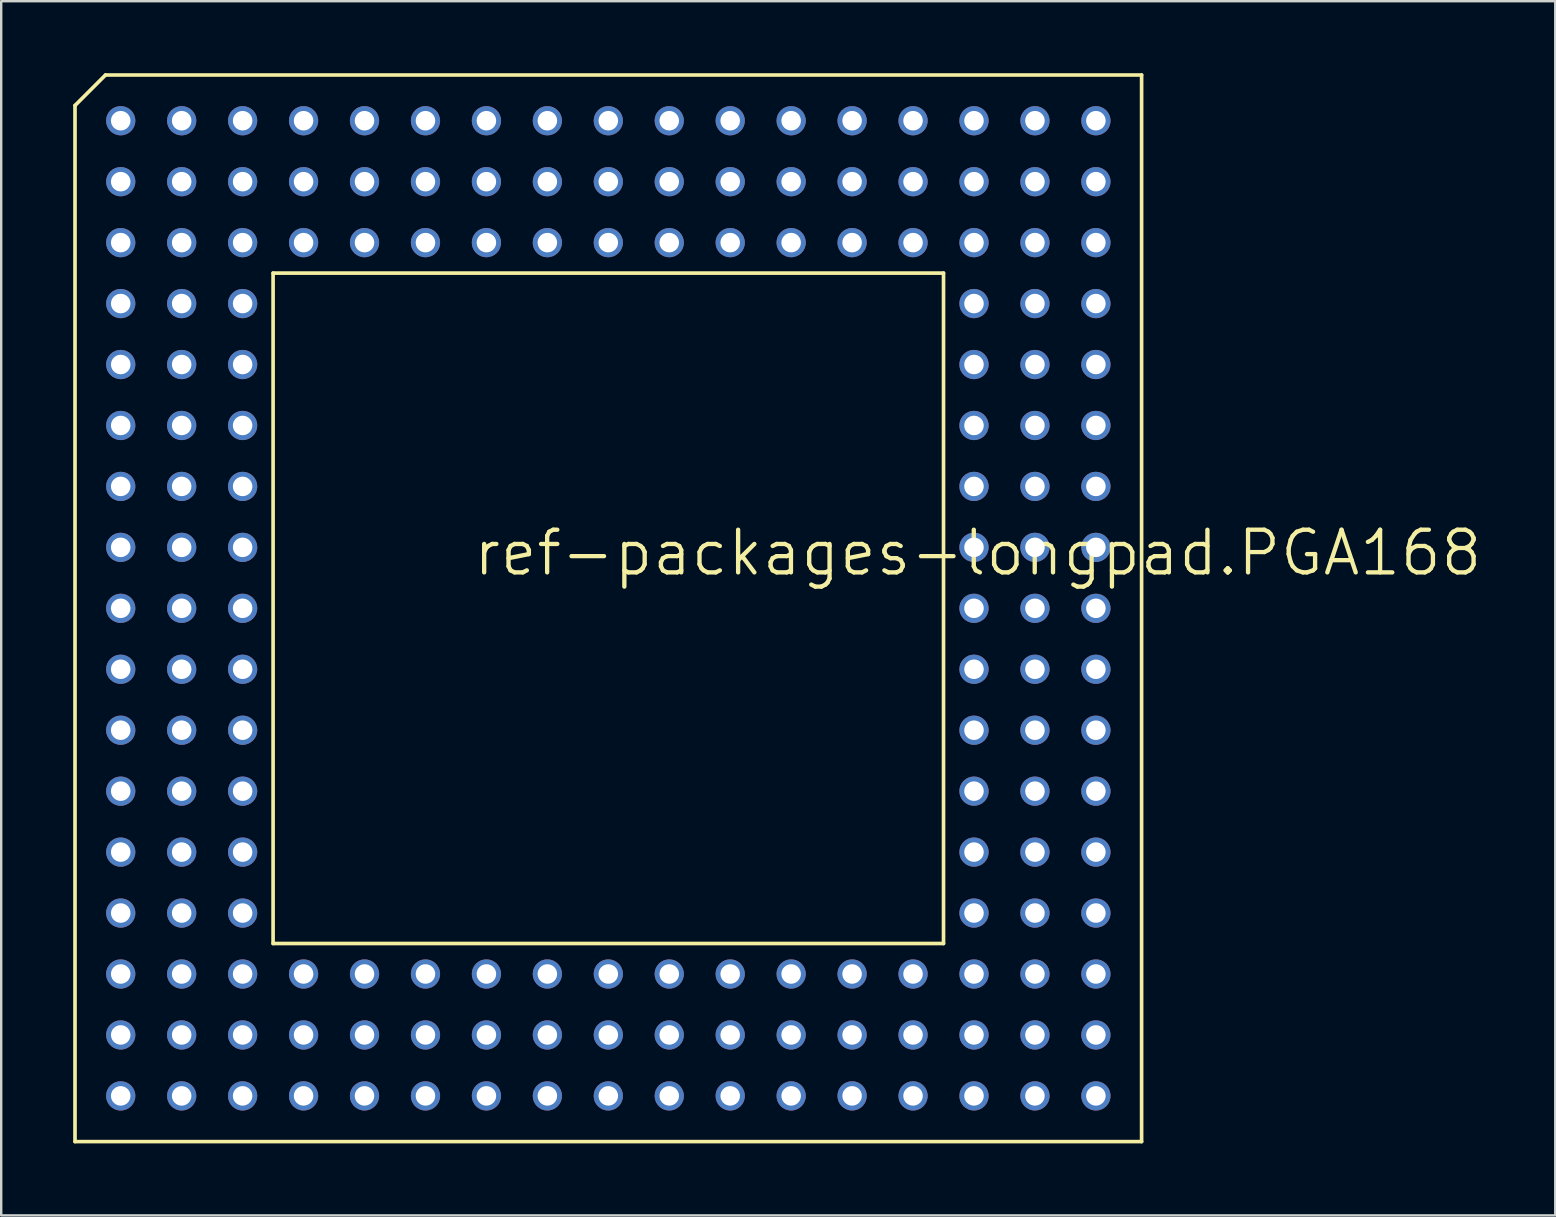
<source format=kicad_pcb>
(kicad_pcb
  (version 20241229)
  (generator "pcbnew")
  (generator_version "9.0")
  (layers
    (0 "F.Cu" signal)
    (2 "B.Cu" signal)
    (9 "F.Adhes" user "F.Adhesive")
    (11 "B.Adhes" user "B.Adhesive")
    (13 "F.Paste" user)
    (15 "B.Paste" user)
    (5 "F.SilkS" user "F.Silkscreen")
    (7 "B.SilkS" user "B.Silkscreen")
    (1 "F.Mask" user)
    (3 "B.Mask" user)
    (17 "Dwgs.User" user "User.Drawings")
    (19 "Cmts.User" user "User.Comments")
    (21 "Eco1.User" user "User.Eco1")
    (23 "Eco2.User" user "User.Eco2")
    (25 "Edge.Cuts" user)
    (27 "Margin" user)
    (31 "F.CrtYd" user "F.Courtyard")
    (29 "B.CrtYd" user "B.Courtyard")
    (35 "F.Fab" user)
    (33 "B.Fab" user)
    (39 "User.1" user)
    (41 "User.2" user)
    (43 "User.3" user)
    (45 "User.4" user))
  (footprint "ref-packages-longpad.PGA168"
    (layer "F.Cu")
    (at 22.301 22.301)
    (property "Reference" "ref-packages-longpad.PGA168" (at -5.715 -1.27 0) (layer "F.SilkS") (effects (font (size 1.778 1.778) (thickness 0.18)) (justify left bottom)))
    (attr through_hole)
    (fp_line (start -22.225 -20.955) (end -20.955 -22.225) (stroke (width 0.152) (type default)) (layer "F.SilkS"))
    (fp_line (start -22.225 22.225) (end -22.225 -20.955) (stroke (width 0.152) (type default)) (layer "F.SilkS"))
    (fp_line (start -20.955 -22.225) (end 22.225 -22.225) (stroke (width 0.152) (type default)) (layer "F.SilkS"))
    (fp_line (start -13.97 -13.97) (end -13.97 13.97) (stroke (width 0.152) (type default)) (layer "F.SilkS"))
    (fp_line (start -13.97 -13.97) (end 13.97 -13.97) (stroke (width 0.152) (type default)) (layer "F.SilkS"))
    (fp_line (start -13.97 13.97) (end 13.97 13.97) (stroke (width 0.152) (type default)) (layer "F.SilkS"))
    (fp_line (start 13.97 13.97) (end 13.97 -13.97) (stroke (width 0.152) (type default)) (layer "F.SilkS"))
    (fp_line (start 22.225 -22.225) (end 22.225 22.225) (stroke (width 0.152) (type default)) (layer "F.SilkS"))
    (fp_line (start 22.225 22.225) (end -22.225 22.225) (stroke (width 0.152) (type default)) (layer "F.SilkS"))
    (pad "A01" thru_hole circle (at -20.32 -20.32 90) (size 1.219 1.219) (drill 0.813) (layers "*.Cu" "*.Mask"))
    (pad "A02" thru_hole circle (at -17.78 -20.32 90) (size 1.219 1.219) (drill 0.813) (layers "*.Cu" "*.Mask"))
    (pad "A03" thru_hole circle (at -15.24 -20.32 90) (size 1.219 1.219) (drill 0.813) (layers "*.Cu" "*.Mask"))
    (pad "A04" thru_hole circle (at -12.7 -20.32 90) (size 1.219 1.219) (drill 0.813) (layers "*.Cu" "*.Mask"))
    (pad "A05" thru_hole circle (at -10.16 -20.32 90) (size 1.219 1.219) (drill 0.813) (layers "*.Cu" "*.Mask"))
    (pad "A06" thru_hole circle (at -7.62 -20.32 90) (size 1.219 1.219) (drill 0.813) (layers "*.Cu" "*.Mask"))
    (pad "A07" thru_hole circle (at -5.08 -20.32 90) (size 1.219 1.219) (drill 0.813) (layers "*.Cu" "*.Mask"))
    (pad "A08" thru_hole circle (at -2.54 -20.32 90) (size 1.219 1.219) (drill 0.813) (layers "*.Cu" "*.Mask"))
    (pad "A09" thru_hole circle (at 0 -20.32 90) (size 1.219 1.219) (drill 0.813) (layers "*.Cu" "*.Mask"))
    (pad "A10" thru_hole circle (at 2.54 -20.32 90) (size 1.219 1.219) (drill 0.813) (layers "*.Cu" "*.Mask"))
    (pad "A11" thru_hole circle (at 5.08 -20.32 90) (size 1.219 1.219) (drill 0.813) (layers "*.Cu" "*.Mask"))
    (pad "A12" thru_hole circle (at 7.62 -20.32 90) (size 1.219 1.219) (drill 0.813) (layers "*.Cu" "*.Mask"))
    (pad "A13" thru_hole circle (at 10.16 -20.32 90) (size 1.219 1.219) (drill 0.813) (layers "*.Cu" "*.Mask"))
    (pad "A14" thru_hole circle (at 12.7 -20.32 90) (size 1.219 1.219) (drill 0.813) (layers "*.Cu" "*.Mask"))
    (pad "A15" thru_hole circle (at 15.24 -20.32 90) (size 1.219 1.219) (drill 0.813) (layers "*.Cu" "*.Mask"))
    (pad "A16" thru_hole circle (at 17.78 -20.32 90) (size 1.219 1.219) (drill 0.813) (layers "*.Cu" "*.Mask"))
    (pad "A17" thru_hole circle (at 20.32 -20.32 90) (size 1.219 1.219) (drill 0.813) (layers "*.Cu" "*.Mask"))
    (pad "B01" thru_hole circle (at -20.32 -17.78 90) (size 1.219 1.219) (drill 0.813) (layers "*.Cu" "*.Mask"))
    (pad "B02" thru_hole circle (at -17.78 -17.78 90) (size 1.219 1.219) (drill 0.813) (layers "*.Cu" "*.Mask"))
    (pad "B03" thru_hole circle (at -15.24 -17.78 90) (size 1.219 1.219) (drill 0.813) (layers "*.Cu" "*.Mask"))
    (pad "B04" thru_hole circle (at -12.7 -17.78 90) (size 1.219 1.219) (drill 0.813) (layers "*.Cu" "*.Mask"))
    (pad "B05" thru_hole circle (at -10.16 -17.78 90) (size 1.219 1.219) (drill 0.813) (layers "*.Cu" "*.Mask"))
    (pad "B06" thru_hole circle (at -7.62 -17.78 90) (size 1.219 1.219) (drill 0.813) (layers "*.Cu" "*.Mask"))
    (pad "B07" thru_hole circle (at -5.08 -17.78 90) (size 1.219 1.219) (drill 0.813) (layers "*.Cu" "*.Mask"))
    (pad "B08" thru_hole circle (at -2.54 -17.78 90) (size 1.219 1.219) (drill 0.813) (layers "*.Cu" "*.Mask"))
    (pad "B09" thru_hole circle (at 0 -17.78 90) (size 1.219 1.219) (drill 0.813) (layers "*.Cu" "*.Mask"))
    (pad "B10" thru_hole circle (at 2.54 -17.78 90) (size 1.219 1.219) (drill 0.813) (layers "*.Cu" "*.Mask"))
    (pad "B11" thru_hole circle (at 5.08 -17.78 90) (size 1.219 1.219) (drill 0.813) (layers "*.Cu" "*.Mask"))
    (pad "B12" thru_hole circle (at 7.62 -17.78 90) (size 1.219 1.219) (drill 0.813) (layers "*.Cu" "*.Mask"))
    (pad "B13" thru_hole circle (at 10.16 -17.78 90) (size 1.219 1.219) (drill 0.813) (layers "*.Cu" "*.Mask"))
    (pad "B14" thru_hole circle (at 12.7 -17.78 90) (size 1.219 1.219) (drill 0.813) (layers "*.Cu" "*.Mask"))
    (pad "B15" thru_hole circle (at 15.24 -17.78 90) (size 1.219 1.219) (drill 0.813) (layers "*.Cu" "*.Mask"))
    (pad "B16" thru_hole circle (at 17.78 -17.78 90) (size 1.219 1.219) (drill 0.813) (layers "*.Cu" "*.Mask"))
    (pad "B17" thru_hole circle (at 20.32 -17.78 90) (size 1.219 1.219) (drill 0.813) (layers "*.Cu" "*.Mask"))
    (pad "C01" thru_hole circle (at -20.32 -15.24 90) (size 1.219 1.219) (drill 0.813) (layers "*.Cu" "*.Mask"))
    (pad "C02" thru_hole circle (at -17.78 -15.24 90) (size 1.219 1.219) (drill 0.813) (layers "*.Cu" "*.Mask"))
    (pad "C03" thru_hole circle (at -15.24 -15.24 90) (size 1.219 1.219) (drill 0.813) (layers "*.Cu" "*.Mask"))
    (pad "C04" thru_hole circle (at -12.7 -15.24 90) (size 1.219 1.219) (drill 0.813) (layers "*.Cu" "*.Mask"))
    (pad "C05" thru_hole circle (at -10.16 -15.24 90) (size 1.219 1.219) (drill 0.813) (layers "*.Cu" "*.Mask"))
    (pad "C06" thru_hole circle (at -7.62 -15.24 90) (size 1.219 1.219) (drill 0.813) (layers "*.Cu" "*.Mask"))
    (pad "C07" thru_hole circle (at -5.08 -15.24 90) (size 1.219 1.219) (drill 0.813) (layers "*.Cu" "*.Mask"))
    (pad "C08" thru_hole circle (at -2.54 -15.24 90) (size 1.219 1.219) (drill 0.813) (layers "*.Cu" "*.Mask"))
    (pad "C09" thru_hole circle (at 0 -15.24 90) (size 1.219 1.219) (drill 0.813) (layers "*.Cu" "*.Mask"))
    (pad "C10" thru_hole circle (at 2.54 -15.24 90) (size 1.219 1.219) (drill 0.813) (layers "*.Cu" "*.Mask"))
    (pad "C11" thru_hole circle (at 5.08 -15.24 90) (size 1.219 1.219) (drill 0.813) (layers "*.Cu" "*.Mask"))
    (pad "C12" thru_hole circle (at 7.62 -15.24 90) (size 1.219 1.219) (drill 0.813) (layers "*.Cu" "*.Mask"))
    (pad "C13" thru_hole circle (at 10.16 -15.24 90) (size 1.219 1.219) (drill 0.813) (layers "*.Cu" "*.Mask"))
    (pad "C14" thru_hole circle (at 12.7 -15.24 90) (size 1.219 1.219) (drill 0.813) (layers "*.Cu" "*.Mask"))
    (pad "C15" thru_hole circle (at 15.24 -15.24 90) (size 1.219 1.219) (drill 0.813) (layers "*.Cu" "*.Mask"))
    (pad "C16" thru_hole circle (at 17.78 -15.24 90) (size 1.219 1.219) (drill 0.813) (layers "*.Cu" "*.Mask"))
    (pad "C17" thru_hole circle (at 20.32 -15.24 90) (size 1.219 1.219) (drill 0.813) (layers "*.Cu" "*.Mask"))
    (pad "D01" thru_hole circle (at -20.32 -12.7 90) (size 1.219 1.219) (drill 0.813) (layers "*.Cu" "*.Mask"))
    (pad "D02" thru_hole circle (at -17.78 -12.7 90) (size 1.219 1.219) (drill 0.813) (layers "*.Cu" "*.Mask"))
    (pad "D03" thru_hole circle (at -15.24 -12.7 90) (size 1.219 1.219) (drill 0.813) (layers "*.Cu" "*.Mask"))
    (pad "D15" thru_hole circle (at 15.24 -12.7 90) (size 1.219 1.219) (drill 0.813) (layers "*.Cu" "*.Mask"))
    (pad "D16" thru_hole circle (at 17.78 -12.7 90) (size 1.219 1.219) (drill 0.813) (layers "*.Cu" "*.Mask"))
    (pad "D17" thru_hole circle (at 20.32 -12.7 90) (size 1.219 1.219) (drill 0.813) (layers "*.Cu" "*.Mask"))
    (pad "E01" thru_hole circle (at -20.32 -10.16 90) (size 1.219 1.219) (drill 0.813) (layers "*.Cu" "*.Mask"))
    (pad "E02" thru_hole circle (at -17.78 -10.16 90) (size 1.219 1.219) (drill 0.813) (layers "*.Cu" "*.Mask"))
    (pad "E03" thru_hole circle (at -15.24 -10.16 90) (size 1.219 1.219) (drill 0.813) (layers "*.Cu" "*.Mask"))
    (pad "E15" thru_hole circle (at 15.24 -10.16 90) (size 1.219 1.219) (drill 0.813) (layers "*.Cu" "*.Mask"))
    (pad "E16" thru_hole circle (at 17.78 -10.16 90) (size 1.219 1.219) (drill 0.813) (layers "*.Cu" "*.Mask"))
    (pad "E17" thru_hole circle (at 20.32 -10.16 90) (size 1.219 1.219) (drill 0.813) (layers "*.Cu" "*.Mask"))
    (pad "F01" thru_hole circle (at -20.32 -7.62 90) (size 1.219 1.219) (drill 0.813) (layers "*.Cu" "*.Mask"))
    (pad "F02" thru_hole circle (at -17.78 -7.62 90) (size 1.219 1.219) (drill 0.813) (layers "*.Cu" "*.Mask"))
    (pad "F03" thru_hole circle (at -15.24 -7.62 90) (size 1.219 1.219) (drill 0.813) (layers "*.Cu" "*.Mask"))
    (pad "F15" thru_hole circle (at 15.24 -7.62 90) (size 1.219 1.219) (drill 0.813) (layers "*.Cu" "*.Mask"))
    (pad "F16" thru_hole circle (at 17.78 -7.62 90) (size 1.219 1.219) (drill 0.813) (layers "*.Cu" "*.Mask"))
    (pad "F17" thru_hole circle (at 20.32 -7.62 90) (size 1.219 1.219) (drill 0.813) (layers "*.Cu" "*.Mask"))
    (pad "G01" thru_hole circle (at -20.32 -5.08 90) (size 1.219 1.219) (drill 0.813) (layers "*.Cu" "*.Mask"))
    (pad "G02" thru_hole circle (at -17.78 -5.08 90) (size 1.219 1.219) (drill 0.813) (layers "*.Cu" "*.Mask"))
    (pad "G03" thru_hole circle (at -15.24 -5.08 90) (size 1.219 1.219) (drill 0.813) (layers "*.Cu" "*.Mask"))
    (pad "G15" thru_hole circle (at 15.24 -5.08 90) (size 1.219 1.219) (drill 0.813) (layers "*.Cu" "*.Mask"))
    (pad "G16" thru_hole circle (at 17.78 -5.08 90) (size 1.219 1.219) (drill 0.813) (layers "*.Cu" "*.Mask"))
    (pad "G17" thru_hole circle (at 20.32 -5.08 90) (size 1.219 1.219) (drill 0.813) (layers "*.Cu" "*.Mask"))
    (pad "H01" thru_hole circle (at -20.32 -2.54 90) (size 1.219 1.219) (drill 0.813) (layers "*.Cu" "*.Mask"))
    (pad "H02" thru_hole circle (at -17.78 -2.54 90) (size 1.219 1.219) (drill 0.813) (layers "*.Cu" "*.Mask"))
    (pad "H03" thru_hole circle (at -15.24 -2.54 90) (size 1.219 1.219) (drill 0.813) (layers "*.Cu" "*.Mask"))
    (pad "H15" thru_hole circle (at 15.24 -2.54 90) (size 1.219 1.219) (drill 0.813) (layers "*.Cu" "*.Mask"))
    (pad "H16" thru_hole circle (at 17.78 -2.54 90) (size 1.219 1.219) (drill 0.813) (layers "*.Cu" "*.Mask"))
    (pad "H17" thru_hole circle (at 20.32 -2.54 90) (size 1.219 1.219) (drill 0.813) (layers "*.Cu" "*.Mask"))
    (pad "J01" thru_hole circle (at -20.32 0 90) (size 1.219 1.219) (drill 0.813) (layers "*.Cu" "*.Mask"))
    (pad "J02" thru_hole circle (at -17.78 0 90) (size 1.219 1.219) (drill 0.813) (layers "*.Cu" "*.Mask"))
    (pad "J03" thru_hole circle (at -15.24 0 90) (size 1.219 1.219) (drill 0.813) (layers "*.Cu" "*.Mask"))
    (pad "J15" thru_hole circle (at 15.24 0 90) (size 1.219 1.219) (drill 0.813) (layers "*.Cu" "*.Mask"))
    (pad "J16" thru_hole circle (at 17.78 0 90) (size 1.219 1.219) (drill 0.813) (layers "*.Cu" "*.Mask"))
    (pad "J17" thru_hole circle (at 20.32 0 90) (size 1.219 1.219) (drill 0.813) (layers "*.Cu" "*.Mask"))
    (pad "K01" thru_hole circle (at -20.32 2.54 90) (size 1.219 1.219) (drill 0.813) (layers "*.Cu" "*.Mask"))
    (pad "K02" thru_hole circle (at -17.78 2.54 90) (size 1.219 1.219) (drill 0.813) (layers "*.Cu" "*.Mask"))
    (pad "K03" thru_hole circle (at -15.24 2.54 90) (size 1.219 1.219) (drill 0.813) (layers "*.Cu" "*.Mask"))
    (pad "K15" thru_hole circle (at 15.24 2.54 90) (size 1.219 1.219) (drill 0.813) (layers "*.Cu" "*.Mask"))
    (pad "K16" thru_hole circle (at 17.78 2.54 90) (size 1.219 1.219) (drill 0.813) (layers "*.Cu" "*.Mask"))
    (pad "K17" thru_hole circle (at 20.32 2.54 90) (size 1.219 1.219) (drill 0.813) (layers "*.Cu" "*.Mask"))
    (pad "L01" thru_hole circle (at -20.32 5.08 90) (size 1.219 1.219) (drill 0.813) (layers "*.Cu" "*.Mask"))
    (pad "L02" thru_hole circle (at -17.78 5.08 90) (size 1.219 1.219) (drill 0.813) (layers "*.Cu" "*.Mask"))
    (pad "L03" thru_hole circle (at -15.24 5.08 90) (size 1.219 1.219) (drill 0.813) (layers "*.Cu" "*.Mask"))
    (pad "L15" thru_hole circle (at 15.24 5.08 90) (size 1.219 1.219) (drill 0.813) (layers "*.Cu" "*.Mask"))
    (pad "L16" thru_hole circle (at 17.78 5.08 90) (size 1.219 1.219) (drill 0.813) (layers "*.Cu" "*.Mask"))
    (pad "L17" thru_hole circle (at 20.32 5.08 90) (size 1.219 1.219) (drill 0.813) (layers "*.Cu" "*.Mask"))
    (pad "M01" thru_hole circle (at -20.32 7.62 90) (size 1.219 1.219) (drill 0.813) (layers "*.Cu" "*.Mask"))
    (pad "M02" thru_hole circle (at -17.78 7.62 90) (size 1.219 1.219) (drill 0.813) (layers "*.Cu" "*.Mask"))
    (pad "M03" thru_hole circle (at -15.24 7.62 90) (size 1.219 1.219) (drill 0.813) (layers "*.Cu" "*.Mask"))
    (pad "M15" thru_hole circle (at 15.24 7.62 90) (size 1.219 1.219) (drill 0.813) (layers "*.Cu" "*.Mask"))
    (pad "M16" thru_hole circle (at 17.78 7.62 90) (size 1.219 1.219) (drill 0.813) (layers "*.Cu" "*.Mask"))
    (pad "M17" thru_hole circle (at 20.32 7.62 90) (size 1.219 1.219) (drill 0.813) (layers "*.Cu" "*.Mask"))
    (pad "N01" thru_hole circle (at -20.32 10.16 90) (size 1.219 1.219) (drill 0.813) (layers "*.Cu" "*.Mask"))
    (pad "N02" thru_hole circle (at -17.78 10.16 90) (size 1.219 1.219) (drill 0.813) (layers "*.Cu" "*.Mask"))
    (pad "N03" thru_hole circle (at -15.24 10.16 90) (size 1.219 1.219) (drill 0.813) (layers "*.Cu" "*.Mask"))
    (pad "N15" thru_hole circle (at 15.24 10.16 90) (size 1.219 1.219) (drill 0.813) (layers "*.Cu" "*.Mask"))
    (pad "N16" thru_hole circle (at 17.78 10.16 90) (size 1.219 1.219) (drill 0.813) (layers "*.Cu" "*.Mask"))
    (pad "N17" thru_hole circle (at 20.32 10.16 90) (size 1.219 1.219) (drill 0.813) (layers "*.Cu" "*.Mask"))
    (pad "P01" thru_hole circle (at -20.32 12.7 90) (size 1.219 1.219) (drill 0.813) (layers "*.Cu" "*.Mask"))
    (pad "P02" thru_hole circle (at -17.78 12.7 90) (size 1.219 1.219) (drill 0.813) (layers "*.Cu" "*.Mask"))
    (pad "P03" thru_hole circle (at -15.24 12.7 90) (size 1.219 1.219) (drill 0.813) (layers "*.Cu" "*.Mask"))
    (pad "P15" thru_hole circle (at 15.24 12.7 90) (size 1.219 1.219) (drill 0.813) (layers "*.Cu" "*.Mask"))
    (pad "P16" thru_hole circle (at 17.78 12.7 90) (size 1.219 1.219) (drill 0.813) (layers "*.Cu" "*.Mask"))
    (pad "P17" thru_hole circle (at 20.32 12.7 90) (size 1.219 1.219) (drill 0.813) (layers "*.Cu" "*.Mask"))
    (pad "Q01" thru_hole circle (at -20.32 15.24 90) (size 1.219 1.219) (drill 0.813) (layers "*.Cu" "*.Mask"))
    (pad "Q02" thru_hole circle (at -17.78 15.24 90) (size 1.219 1.219) (drill 0.813) (layers "*.Cu" "*.Mask"))
    (pad "Q03" thru_hole circle (at -15.24 15.24 90) (size 1.219 1.219) (drill 0.813) (layers "*.Cu" "*.Mask"))
    (pad "Q04" thru_hole circle (at -12.7 15.24 90) (size 1.219 1.219) (drill 0.813) (layers "*.Cu" "*.Mask"))
    (pad "Q05" thru_hole circle (at -10.16 15.24 90) (size 1.219 1.219) (drill 0.813) (layers "*.Cu" "*.Mask"))
    (pad "Q06" thru_hole circle (at -7.62 15.24 90) (size 1.219 1.219) (drill 0.813) (layers "*.Cu" "*.Mask"))
    (pad "Q07" thru_hole circle (at -5.08 15.24 90) (size 1.219 1.219) (drill 0.813) (layers "*.Cu" "*.Mask"))
    (pad "Q08" thru_hole circle (at -2.54 15.24 90) (size 1.219 1.219) (drill 0.813) (layers "*.Cu" "*.Mask"))
    (pad "Q09" thru_hole circle (at 0 15.24 90) (size 1.219 1.219) (drill 0.813) (layers "*.Cu" "*.Mask"))
    (pad "Q10" thru_hole circle (at 2.54 15.24 90) (size 1.219 1.219) (drill 0.813) (layers "*.Cu" "*.Mask"))
    (pad "Q11" thru_hole circle (at 5.08 15.24 90) (size 1.219 1.219) (drill 0.813) (layers "*.Cu" "*.Mask"))
    (pad "Q12" thru_hole circle (at 7.62 15.24 90) (size 1.219 1.219) (drill 0.813) (layers "*.Cu" "*.Mask"))
    (pad "Q13" thru_hole circle (at 10.16 15.24 90) (size 1.219 1.219) (drill 0.813) (layers "*.Cu" "*.Mask"))
    (pad "Q14" thru_hole circle (at 12.7 15.24 90) (size 1.219 1.219) (drill 0.813) (layers "*.Cu" "*.Mask"))
    (pad "Q15" thru_hole circle (at 15.24 15.24 90) (size 1.219 1.219) (drill 0.813) (layers "*.Cu" "*.Mask"))
    (pad "Q16" thru_hole circle (at 17.78 15.24 90) (size 1.219 1.219) (drill 0.813) (layers "*.Cu" "*.Mask"))
    (pad "Q17" thru_hole circle (at 20.32 15.24 90) (size 1.219 1.219) (drill 0.813) (layers "*.Cu" "*.Mask"))
    (pad "R01" thru_hole circle (at -20.32 17.78 90) (size 1.219 1.219) (drill 0.813) (layers "*.Cu" "*.Mask"))
    (pad "R02" thru_hole circle (at -17.78 17.78 90) (size 1.219 1.219) (drill 0.813) (layers "*.Cu" "*.Mask"))
    (pad "R03" thru_hole circle (at -15.24 17.78 90) (size 1.219 1.219) (drill 0.813) (layers "*.Cu" "*.Mask"))
    (pad "R04" thru_hole circle (at -12.7 17.78 90) (size 1.219 1.219) (drill 0.813) (layers "*.Cu" "*.Mask"))
    (pad "R05" thru_hole circle (at -10.16 17.78 90) (size 1.219 1.219) (drill 0.813) (layers "*.Cu" "*.Mask"))
    (pad "R06" thru_hole circle (at -7.62 17.78 90) (size 1.219 1.219) (drill 0.813) (layers "*.Cu" "*.Mask"))
    (pad "R07" thru_hole circle (at -5.08 17.78 90) (size 1.219 1.219) (drill 0.813) (layers "*.Cu" "*.Mask"))
    (pad "R08" thru_hole circle (at -2.54 17.78 90) (size 1.219 1.219) (drill 0.813) (layers "*.Cu" "*.Mask"))
    (pad "R09" thru_hole circle (at 0 17.78 90) (size 1.219 1.219) (drill 0.813) (layers "*.Cu" "*.Mask"))
    (pad "R10" thru_hole circle (at 2.54 17.78 90) (size 1.219 1.219) (drill 0.813) (layers "*.Cu" "*.Mask"))
    (pad "R11" thru_hole circle (at 5.08 17.78 90) (size 1.219 1.219) (drill 0.813) (layers "*.Cu" "*.Mask"))
    (pad "R12" thru_hole circle (at 7.62 17.78 90) (size 1.219 1.219) (drill 0.813) (layers "*.Cu" "*.Mask"))
    (pad "R13" thru_hole circle (at 10.16 17.78 90) (size 1.219 1.219) (drill 0.813) (layers "*.Cu" "*.Mask"))
    (pad "R14" thru_hole circle (at 12.7 17.78 90) (size 1.219 1.219) (drill 0.813) (layers "*.Cu" "*.Mask"))
    (pad "R15" thru_hole circle (at 15.24 17.78 90) (size 1.219 1.219) (drill 0.813) (layers "*.Cu" "*.Mask"))
    (pad "R16" thru_hole circle (at 17.78 17.78 90) (size 1.219 1.219) (drill 0.813) (layers "*.Cu" "*.Mask"))
    (pad "R17" thru_hole circle (at 20.32 17.78 90) (size 1.219 1.219) (drill 0.813) (layers "*.Cu" "*.Mask"))
    (pad "S01" thru_hole circle (at -20.32 20.32 90) (size 1.219 1.219) (drill 0.813) (layers "*.Cu" "*.Mask"))
    (pad "S02" thru_hole circle (at -17.78 20.32 90) (size 1.219 1.219) (drill 0.813) (layers "*.Cu" "*.Mask"))
    (pad "S03" thru_hole circle (at -15.24 20.32 90) (size 1.219 1.219) (drill 0.813) (layers "*.Cu" "*.Mask"))
    (pad "S04" thru_hole circle (at -12.7 20.32 90) (size 1.219 1.219) (drill 0.813) (layers "*.Cu" "*.Mask"))
    (pad "S05" thru_hole circle (at -10.16 20.32 90) (size 1.219 1.219) (drill 0.813) (layers "*.Cu" "*.Mask"))
    (pad "S06" thru_hole circle (at -7.62 20.32 90) (size 1.219 1.219) (drill 0.813) (layers "*.Cu" "*.Mask"))
    (pad "S07" thru_hole circle (at -5.08 20.32 90) (size 1.219 1.219) (drill 0.813) (layers "*.Cu" "*.Mask"))
    (pad "S08" thru_hole circle (at -2.54 20.32 90) (size 1.219 1.219) (drill 0.813) (layers "*.Cu" "*.Mask"))
    (pad "S09" thru_hole circle (at 0 20.32 90) (size 1.219 1.219) (drill 0.813) (layers "*.Cu" "*.Mask"))
    (pad "S10" thru_hole circle (at 2.54 20.32 90) (size 1.219 1.219) (drill 0.813) (layers "*.Cu" "*.Mask"))
    (pad "S11" thru_hole circle (at 5.08 20.32 90) (size 1.219 1.219) (drill 0.813) (layers "*.Cu" "*.Mask"))
    (pad "S12" thru_hole circle (at 7.62 20.32 90) (size 1.219 1.219) (drill 0.813) (layers "*.Cu" "*.Mask"))
    (pad "S13" thru_hole circle (at 10.16 20.32 90) (size 1.219 1.219) (drill 0.813) (layers "*.Cu" "*.Mask"))
    (pad "S14" thru_hole circle (at 12.7 20.32 90) (size 1.219 1.219) (drill 0.813) (layers "*.Cu" "*.Mask"))
    (pad "S15" thru_hole circle (at 15.24 20.32 90) (size 1.219 1.219) (drill 0.813) (layers "*.Cu" "*.Mask"))
    (pad "S16" thru_hole circle (at 17.78 20.32 90) (size 1.219 1.219) (drill 0.813) (layers "*.Cu" "*.Mask"))
    (pad "S17" thru_hole circle (at 20.32 20.32 90) (size 1.219 1.219) (drill 0.813) (layers "*.Cu" "*.Mask")))
  (gr_rect
    (start -3 -3)
    (end 61.765 47.602)
    (stroke (width 0.1) (type default))
    (fill no)
    (layer "Edge.Cuts")))
</source>
